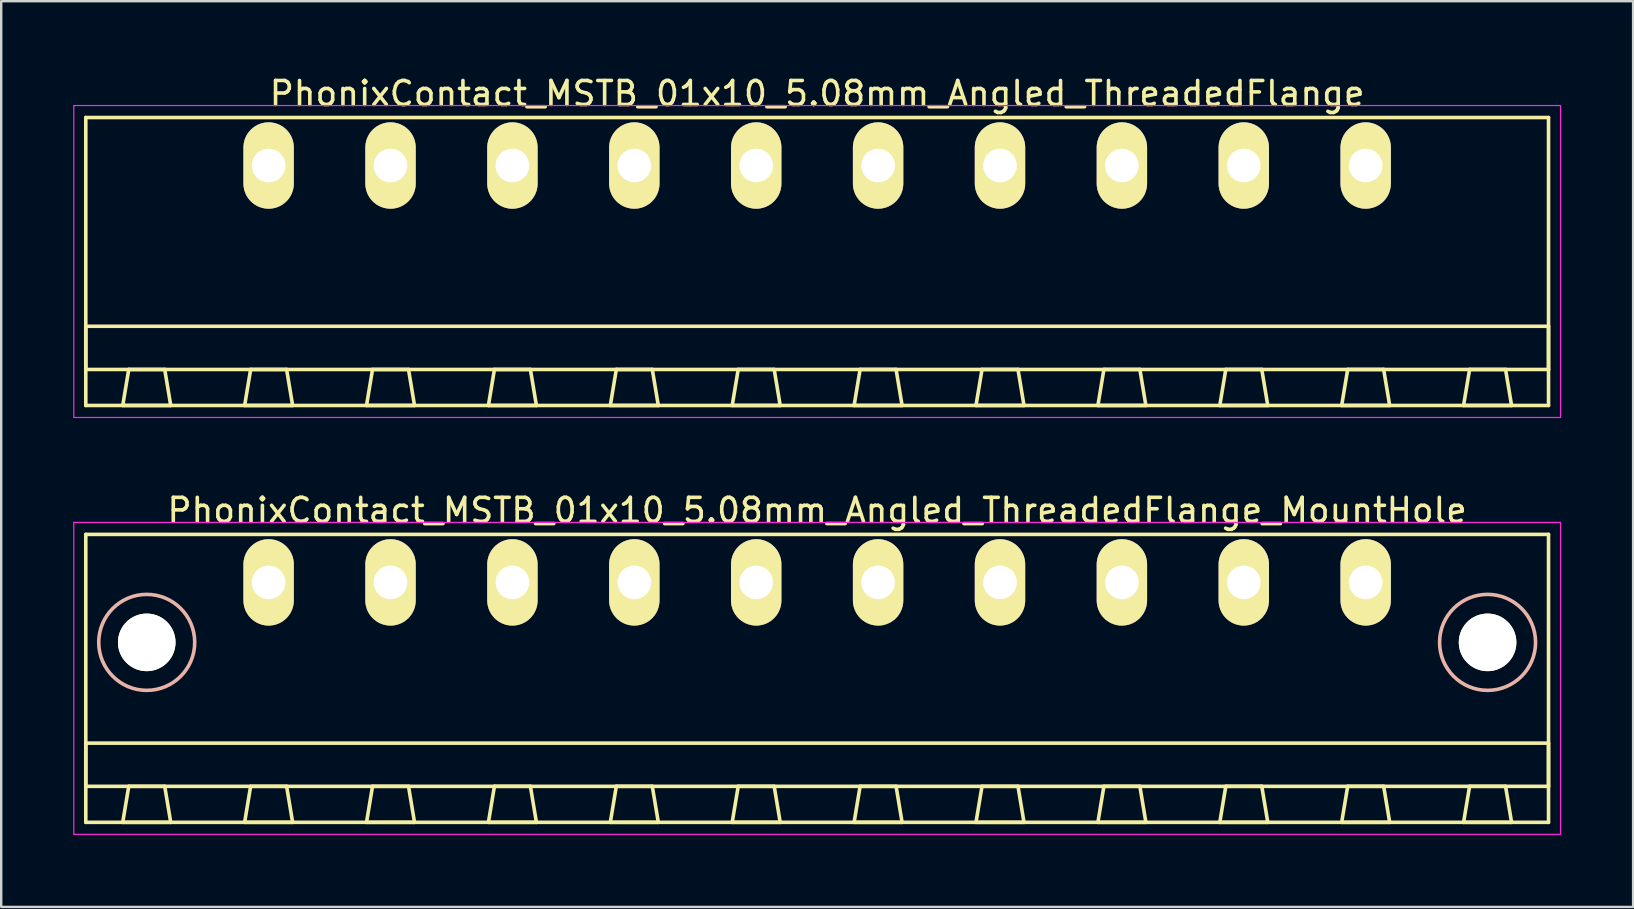
<source format=kicad_pcb>
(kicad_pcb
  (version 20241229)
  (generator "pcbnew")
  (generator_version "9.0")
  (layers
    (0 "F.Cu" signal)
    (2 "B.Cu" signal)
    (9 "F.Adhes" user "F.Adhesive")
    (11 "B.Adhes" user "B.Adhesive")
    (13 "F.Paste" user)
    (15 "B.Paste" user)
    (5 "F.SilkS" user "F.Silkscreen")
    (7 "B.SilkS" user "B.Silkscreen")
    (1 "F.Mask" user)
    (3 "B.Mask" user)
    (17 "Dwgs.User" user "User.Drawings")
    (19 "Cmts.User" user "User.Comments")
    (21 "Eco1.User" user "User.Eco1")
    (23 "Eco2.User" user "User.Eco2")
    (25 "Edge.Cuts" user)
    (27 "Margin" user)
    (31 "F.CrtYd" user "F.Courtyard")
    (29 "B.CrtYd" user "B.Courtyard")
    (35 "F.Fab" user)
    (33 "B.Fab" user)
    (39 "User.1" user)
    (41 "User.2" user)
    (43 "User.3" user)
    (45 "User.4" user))
  (footprint "PhonixContact_MSTB_01x10_5.08mm_Angled_ThreadedFlange"
    (layer "F.Cu")
    (at 8.145 3.848)
    (property "Reference" "PhonixContact_MSTB_01x10_5.08mm_Angled_ThreadedFlange" (at 22.86 -3 0) (layer "F.SilkS") (effects (font (size 1 1) (thickness 0.15))))
    (attr through_hole)
    (fp_line (start -7.62 -2) (end -7.62 10) (stroke (width 0.15) (type solid)) (layer "F.SilkS"))
    (fp_line (start -7.62 6.7) (end 53.34 6.7) (stroke (width 0.15) (type solid)) (layer "F.SilkS"))
    (fp_line (start -7.62 8.5) (end -7.62 6.7) (stroke (width 0.15) (type solid)) (layer "F.SilkS"))
    (fp_line (start -7.62 10) (end 53.34 10) (stroke (width 0.15) (type solid)) (layer "F.SilkS"))
    (fp_line (start -6.08 10) (end -4.08 10) (stroke (width 0.15) (type solid)) (layer "F.SilkS"))
    (fp_line (start -5.83 8.5) (end -6.08 10) (stroke (width 0.15) (type solid)) (layer "F.SilkS"))
    (fp_line (start -4.33 8.5) (end -5.83 8.5) (stroke (width 0.15) (type solid)) (layer "F.SilkS"))
    (fp_line (start -4.08 10) (end -4.33 8.5) (stroke (width 0.15) (type solid)) (layer "F.SilkS"))
    (fp_line (start -1 10) (end 1 10) (stroke (width 0.15) (type solid)) (layer "F.SilkS"))
    (fp_line (start -0.75 8.5) (end -1 10) (stroke (width 0.15) (type solid)) (layer "F.SilkS"))
    (fp_line (start 0.75 8.5) (end -0.75 8.5) (stroke (width 0.15) (type solid)) (layer "F.SilkS"))
    (fp_line (start 1 10) (end 0.75 8.5) (stroke (width 0.15) (type solid)) (layer "F.SilkS"))
    (fp_line (start 4.08 10) (end 6.08 10) (stroke (width 0.15) (type solid)) (layer "F.SilkS"))
    (fp_line (start 4.33 8.5) (end 4.08 10) (stroke (width 0.15) (type solid)) (layer "F.SilkS"))
    (fp_line (start 5.83 8.5) (end 4.33 8.5) (stroke (width 0.15) (type solid)) (layer "F.SilkS"))
    (fp_line (start 6.08 10) (end 5.83 8.5) (stroke (width 0.15) (type solid)) (layer "F.SilkS"))
    (fp_line (start 9.16 10) (end 11.16 10) (stroke (width 0.15) (type solid)) (layer "F.SilkS"))
    (fp_line (start 9.41 8.5) (end 9.16 10) (stroke (width 0.15) (type solid)) (layer "F.SilkS"))
    (fp_line (start 10.91 8.5) (end 9.41 8.5) (stroke (width 0.15) (type solid)) (layer "F.SilkS"))
    (fp_line (start 11.16 10) (end 10.91 8.5) (stroke (width 0.15) (type solid)) (layer "F.SilkS"))
    (fp_line (start 14.24 10) (end 16.24 10) (stroke (width 0.15) (type solid)) (layer "F.SilkS"))
    (fp_line (start 14.49 8.5) (end 14.24 10) (stroke (width 0.15) (type solid)) (layer "F.SilkS"))
    (fp_line (start 15.99 8.5) (end 14.49 8.5) (stroke (width 0.15) (type solid)) (layer "F.SilkS"))
    (fp_line (start 16.24 10) (end 15.99 8.5) (stroke (width 0.15) (type solid)) (layer "F.SilkS"))
    (fp_line (start 19.32 10) (end 21.32 10) (stroke (width 0.15) (type solid)) (layer "F.SilkS"))
    (fp_line (start 19.57 8.5) (end 19.32 10) (stroke (width 0.15) (type solid)) (layer "F.SilkS"))
    (fp_line (start 21.07 8.5) (end 19.57 8.5) (stroke (width 0.15) (type solid)) (layer "F.SilkS"))
    (fp_line (start 21.32 10) (end 21.07 8.5) (stroke (width 0.15) (type solid)) (layer "F.SilkS"))
    (fp_line (start 24.4 10) (end 26.4 10) (stroke (width 0.15) (type solid)) (layer "F.SilkS"))
    (fp_line (start 24.65 8.5) (end 24.4 10) (stroke (width 0.15) (type solid)) (layer "F.SilkS"))
    (fp_line (start 26.15 8.5) (end 24.65 8.5) (stroke (width 0.15) (type solid)) (layer "F.SilkS"))
    (fp_line (start 26.4 10) (end 26.15 8.5) (stroke (width 0.15) (type solid)) (layer "F.SilkS"))
    (fp_line (start 29.48 10) (end 31.48 10) (stroke (width 0.15) (type solid)) (layer "F.SilkS"))
    (fp_line (start 29.73 8.5) (end 29.48 10) (stroke (width 0.15) (type solid)) (layer "F.SilkS"))
    (fp_line (start 31.23 8.5) (end 29.73 8.5) (stroke (width 0.15) (type solid)) (layer "F.SilkS"))
    (fp_line (start 31.48 10) (end 31.23 8.5) (stroke (width 0.15) (type solid)) (layer "F.SilkS"))
    (fp_line (start 34.56 10) (end 36.56 10) (stroke (width 0.15) (type solid)) (layer "F.SilkS"))
    (fp_line (start 34.81 8.5) (end 34.56 10) (stroke (width 0.15) (type solid)) (layer "F.SilkS"))
    (fp_line (start 36.31 8.5) (end 34.81 8.5) (stroke (width 0.15) (type solid)) (layer "F.SilkS"))
    (fp_line (start 36.56 10) (end 36.31 8.5) (stroke (width 0.15) (type solid)) (layer "F.SilkS"))
    (fp_line (start 39.64 10) (end 41.64 10) (stroke (width 0.15) (type solid)) (layer "F.SilkS"))
    (fp_line (start 39.89 8.5) (end 39.64 10) (stroke (width 0.15) (type solid)) (layer "F.SilkS"))
    (fp_line (start 41.39 8.5) (end 39.89 8.5) (stroke (width 0.15) (type solid)) (layer "F.SilkS"))
    (fp_line (start 41.64 10) (end 41.39 8.5) (stroke (width 0.15) (type solid)) (layer "F.SilkS"))
    (fp_line (start 44.72 10) (end 46.72 10) (stroke (width 0.15) (type solid)) (layer "F.SilkS"))
    (fp_line (start 44.97 8.5) (end 44.72 10) (stroke (width 0.15) (type solid)) (layer "F.SilkS"))
    (fp_line (start 46.47 8.5) (end 44.97 8.5) (stroke (width 0.15) (type solid)) (layer "F.SilkS"))
    (fp_line (start 46.72 10) (end 46.47 8.5) (stroke (width 0.15) (type solid)) (layer "F.SilkS"))
    (fp_line (start 49.8 10) (end 51.8 10) (stroke (width 0.15) (type solid)) (layer "F.SilkS"))
    (fp_line (start 50.05 8.5) (end 49.8 10) (stroke (width 0.15) (type solid)) (layer "F.SilkS"))
    (fp_line (start 51.55 8.5) (end 50.05 8.5) (stroke (width 0.15) (type solid)) (layer "F.SilkS"))
    (fp_line (start 51.8 10) (end 51.55 8.5) (stroke (width 0.15) (type solid)) (layer "F.SilkS"))
    (fp_line (start 53.34 -2) (end -7.62 -2) (stroke (width 0.15) (type solid)) (layer "F.SilkS"))
    (fp_line (start 53.34 6.7) (end 53.34 8.5) (stroke (width 0.15) (type solid)) (layer "F.SilkS"))
    (fp_line (start 53.34 8.5) (end -7.62 8.5) (stroke (width 0.15) (type solid)) (layer "F.SilkS"))
    (fp_line (start 53.34 10) (end 53.34 -2) (stroke (width 0.15) (type solid)) (layer "F.SilkS"))
    (fp_line (start -8.12 -2.5) (end -8.12 10.5) (stroke (width 0.05) (type solid)) (layer "F.CrtYd"))
    (fp_line (start -8.12 10.5) (end 53.84 10.5) (stroke (width 0.05) (type solid)) (layer "F.CrtYd"))
    (fp_line (start 53.84 -2.5) (end -8.12 -2.5) (stroke (width 0.05) (type solid)) (layer "F.CrtYd"))
    (fp_line (start 53.84 10.5) (end 53.84 -2.5) (stroke (width 0.05) (type solid)) (layer "F.CrtYd"))
    (pad "1" thru_hole oval (at 0 0) (size 2.1 3.6) (drill 1.4) (layers "*.Cu" "*.Mask" "F.SilkS"))
    (pad "2" thru_hole oval (at 5.08 0) (size 2.1 3.6) (drill 1.4) (layers "*.Cu" "*.Mask" "F.SilkS"))
    (pad "3" thru_hole oval (at 10.16 0) (size 2.1 3.6) (drill 1.4) (layers "*.Cu" "*.Mask" "F.SilkS"))
    (pad "4" thru_hole oval (at 15.24 0) (size 2.1 3.6) (drill 1.4) (layers "*.Cu" "*.Mask" "F.SilkS"))
    (pad "5" thru_hole oval (at 20.32 0) (size 2.1 3.6) (drill 1.4) (layers "*.Cu" "*.Mask" "F.SilkS"))
    (pad "6" thru_hole oval (at 25.4 0) (size 2.1 3.6) (drill 1.4) (layers "*.Cu" "*.Mask" "F.SilkS"))
    (pad "7" thru_hole oval (at 30.48 0) (size 2.1 3.6) (drill 1.4) (layers "*.Cu" "*.Mask" "F.SilkS"))
    (pad "8" thru_hole oval (at 35.56 0) (size 2.1 3.6) (drill 1.4) (layers "*.Cu" "*.Mask" "F.SilkS"))
    (pad "9" thru_hole oval (at 40.64 0) (size 2.1 3.6) (drill 1.4) (layers "*.Cu" "*.Mask" "F.SilkS"))
    (pad "10" thru_hole oval (at 45.72 0) (size 2.1 3.6) (drill 1.4) (layers "*.Cu" "*.Mask" "F.SilkS")))
  (footprint "PhonixContact_MSTB_01x10_5.08mm_Angled_ThreadedFlange_MountHole"
    (layer "F.Cu")
    (at 8.145 21.221)
    (property "Reference" "PhonixContact_MSTB_01x10_5.08mm_Angled_ThreadedFlange_MountHole" (at 22.86 -3 0) (layer "F.SilkS") (effects (font (size 1 1) (thickness 0.15))))
    (attr through_hole)
    (fp_line (start -7.62 -2) (end -7.62 10) (stroke (width 0.15) (type solid)) (layer "F.SilkS"))
    (fp_line (start -7.62 6.7) (end 53.34 6.7) (stroke (width 0.15) (type solid)) (layer "F.SilkS"))
    (fp_line (start -7.62 8.5) (end -7.62 6.7) (stroke (width 0.15) (type solid)) (layer "F.SilkS"))
    (fp_line (start -7.62 10) (end 53.34 10) (stroke (width 0.15) (type solid)) (layer "F.SilkS"))
    (fp_line (start -6.08 10) (end -4.08 10) (stroke (width 0.15) (type solid)) (layer "F.SilkS"))
    (fp_line (start -5.83 8.5) (end -6.08 10) (stroke (width 0.15) (type solid)) (layer "F.SilkS"))
    (fp_line (start -4.33 8.5) (end -5.83 8.5) (stroke (width 0.15) (type solid)) (layer "F.SilkS"))
    (fp_line (start -4.08 10) (end -4.33 8.5) (stroke (width 0.15) (type solid)) (layer "F.SilkS"))
    (fp_line (start -1 10) (end 1 10) (stroke (width 0.15) (type solid)) (layer "F.SilkS"))
    (fp_line (start -0.75 8.5) (end -1 10) (stroke (width 0.15) (type solid)) (layer "F.SilkS"))
    (fp_line (start 0.75 8.5) (end -0.75 8.5) (stroke (width 0.15) (type solid)) (layer "F.SilkS"))
    (fp_line (start 1 10) (end 0.75 8.5) (stroke (width 0.15) (type solid)) (layer "F.SilkS"))
    (fp_line (start 4.08 10) (end 6.08 10) (stroke (width 0.15) (type solid)) (layer "F.SilkS"))
    (fp_line (start 4.33 8.5) (end 4.08 10) (stroke (width 0.15) (type solid)) (layer "F.SilkS"))
    (fp_line (start 5.83 8.5) (end 4.33 8.5) (stroke (width 0.15) (type solid)) (layer "F.SilkS"))
    (fp_line (start 6.08 10) (end 5.83 8.5) (stroke (width 0.15) (type solid)) (layer "F.SilkS"))
    (fp_line (start 9.16 10) (end 11.16 10) (stroke (width 0.15) (type solid)) (layer "F.SilkS"))
    (fp_line (start 9.41 8.5) (end 9.16 10) (stroke (width 0.15) (type solid)) (layer "F.SilkS"))
    (fp_line (start 10.91 8.5) (end 9.41 8.5) (stroke (width 0.15) (type solid)) (layer "F.SilkS"))
    (fp_line (start 11.16 10) (end 10.91 8.5) (stroke (width 0.15) (type solid)) (layer "F.SilkS"))
    (fp_line (start 14.24 10) (end 16.24 10) (stroke (width 0.15) (type solid)) (layer "F.SilkS"))
    (fp_line (start 14.49 8.5) (end 14.24 10) (stroke (width 0.15) (type solid)) (layer "F.SilkS"))
    (fp_line (start 15.99 8.5) (end 14.49 8.5) (stroke (width 0.15) (type solid)) (layer "F.SilkS"))
    (fp_line (start 16.24 10) (end 15.99 8.5) (stroke (width 0.15) (type solid)) (layer "F.SilkS"))
    (fp_line (start 19.32 10) (end 21.32 10) (stroke (width 0.15) (type solid)) (layer "F.SilkS"))
    (fp_line (start 19.57 8.5) (end 19.32 10) (stroke (width 0.15) (type solid)) (layer "F.SilkS"))
    (fp_line (start 21.07 8.5) (end 19.57 8.5) (stroke (width 0.15) (type solid)) (layer "F.SilkS"))
    (fp_line (start 21.32 10) (end 21.07 8.5) (stroke (width 0.15) (type solid)) (layer "F.SilkS"))
    (fp_line (start 24.4 10) (end 26.4 10) (stroke (width 0.15) (type solid)) (layer "F.SilkS"))
    (fp_line (start 24.65 8.5) (end 24.4 10) (stroke (width 0.15) (type solid)) (layer "F.SilkS"))
    (fp_line (start 26.15 8.5) (end 24.65 8.5) (stroke (width 0.15) (type solid)) (layer "F.SilkS"))
    (fp_line (start 26.4 10) (end 26.15 8.5) (stroke (width 0.15) (type solid)) (layer "F.SilkS"))
    (fp_line (start 29.48 10) (end 31.48 10) (stroke (width 0.15) (type solid)) (layer "F.SilkS"))
    (fp_line (start 29.73 8.5) (end 29.48 10) (stroke (width 0.15) (type solid)) (layer "F.SilkS"))
    (fp_line (start 31.23 8.5) (end 29.73 8.5) (stroke (width 0.15) (type solid)) (layer "F.SilkS"))
    (fp_line (start 31.48 10) (end 31.23 8.5) (stroke (width 0.15) (type solid)) (layer "F.SilkS"))
    (fp_line (start 34.56 10) (end 36.56 10) (stroke (width 0.15) (type solid)) (layer "F.SilkS"))
    (fp_line (start 34.81 8.5) (end 34.56 10) (stroke (width 0.15) (type solid)) (layer "F.SilkS"))
    (fp_line (start 36.31 8.5) (end 34.81 8.5) (stroke (width 0.15) (type solid)) (layer "F.SilkS"))
    (fp_line (start 36.56 10) (end 36.31 8.5) (stroke (width 0.15) (type solid)) (layer "F.SilkS"))
    (fp_line (start 39.64 10) (end 41.64 10) (stroke (width 0.15) (type solid)) (layer "F.SilkS"))
    (fp_line (start 39.89 8.5) (end 39.64 10) (stroke (width 0.15) (type solid)) (layer "F.SilkS"))
    (fp_line (start 41.39 8.5) (end 39.89 8.5) (stroke (width 0.15) (type solid)) (layer "F.SilkS"))
    (fp_line (start 41.64 10) (end 41.39 8.5) (stroke (width 0.15) (type solid)) (layer "F.SilkS"))
    (fp_line (start 44.72 10) (end 46.72 10) (stroke (width 0.15) (type solid)) (layer "F.SilkS"))
    (fp_line (start 44.97 8.5) (end 44.72 10) (stroke (width 0.15) (type solid)) (layer "F.SilkS"))
    (fp_line (start 46.47 8.5) (end 44.97 8.5) (stroke (width 0.15) (type solid)) (layer "F.SilkS"))
    (fp_line (start 46.72 10) (end 46.47 8.5) (stroke (width 0.15) (type solid)) (layer "F.SilkS"))
    (fp_line (start 49.8 10) (end 51.8 10) (stroke (width 0.15) (type solid)) (layer "F.SilkS"))
    (fp_line (start 50.05 8.5) (end 49.8 10) (stroke (width 0.15) (type solid)) (layer "F.SilkS"))
    (fp_line (start 51.55 8.5) (end 50.05 8.5) (stroke (width 0.15) (type solid)) (layer "F.SilkS"))
    (fp_line (start 51.8 10) (end 51.55 8.5) (stroke (width 0.15) (type solid)) (layer "F.SilkS"))
    (fp_line (start 53.34 -2) (end -7.62 -2) (stroke (width 0.15) (type solid)) (layer "F.SilkS"))
    (fp_line (start 53.34 6.7) (end 53.34 8.5) (stroke (width 0.15) (type solid)) (layer "F.SilkS"))
    (fp_line (start 53.34 8.5) (end -7.62 8.5) (stroke (width 0.15) (type solid)) (layer "F.SilkS"))
    (fp_line (start 53.34 10) (end 53.34 -2) (stroke (width 0.15) (type solid)) (layer "F.SilkS"))
    (fp_circle (center -5.08 2.5) (end -3.08 2.5) (stroke (width 0.15) (type solid)) (fill no) (layer "B.SilkS"))
    (fp_circle (center 50.8 2.5) (end 52.8 2.5) (stroke (width 0.15) (type solid)) (fill no) (layer "B.SilkS"))
    (fp_line (start -8.12 -2.5) (end -8.12 10.5) (stroke (width 0.05) (type solid)) (layer "F.CrtYd"))
    (fp_line (start -8.12 10.5) (end 53.84 10.5) (stroke (width 0.05) (type solid)) (layer "F.CrtYd"))
    (fp_line (start 53.84 -2.5) (end -8.12 -2.5) (stroke (width 0.05) (type solid)) (layer "F.CrtYd"))
    (fp_line (start 53.84 10.5) (end 53.84 -2.5) (stroke (width 0.05) (type solid)) (layer "F.CrtYd"))
    (pad "" np_thru_hole circle (at -5.08 2.5) (size 2.4 2.4) (drill 2.4) (layers "*.Cu" "*.Mask" "F.SilkS"))
    (pad "" np_thru_hole circle (at 50.8 2.5) (size 2.4 2.4) (drill 2.4) (layers "*.Cu" "*.Mask" "F.SilkS"))
    (pad "1" thru_hole oval (at 0 0) (size 2.1 3.6) (drill 1.4) (layers "*.Cu" "*.Mask" "F.SilkS"))
    (pad "2" thru_hole oval (at 5.08 0) (size 2.1 3.6) (drill 1.4) (layers "*.Cu" "*.Mask" "F.SilkS"))
    (pad "3" thru_hole oval (at 10.16 0) (size 2.1 3.6) (drill 1.4) (layers "*.Cu" "*.Mask" "F.SilkS"))
    (pad "4" thru_hole oval (at 15.24 0) (size 2.1 3.6) (drill 1.4) (layers "*.Cu" "*.Mask" "F.SilkS"))
    (pad "5" thru_hole oval (at 20.32 0) (size 2.1 3.6) (drill 1.4) (layers "*.Cu" "*.Mask" "F.SilkS"))
    (pad "6" thru_hole oval (at 25.4 0) (size 2.1 3.6) (drill 1.4) (layers "*.Cu" "*.Mask" "F.SilkS"))
    (pad "7" thru_hole oval (at 30.48 0) (size 2.1 3.6) (drill 1.4) (layers "*.Cu" "*.Mask" "F.SilkS"))
    (pad "8" thru_hole oval (at 35.56 0) (size 2.1 3.6) (drill 1.4) (layers "*.Cu" "*.Mask" "F.SilkS"))
    (pad "9" thru_hole oval (at 40.64 0) (size 2.1 3.6) (drill 1.4) (layers "*.Cu" "*.Mask" "F.SilkS"))
    (pad "10" thru_hole oval (at 45.72 0) (size 2.1 3.6) (drill 1.4) (layers "*.Cu" "*.Mask" "F.SilkS")))
  (gr_rect
    (start -3 -3)
    (end 65.01 34.746)
    (stroke (width 0.1) (type default))
    (fill no)
    (layer "Edge.Cuts")))
</source>
